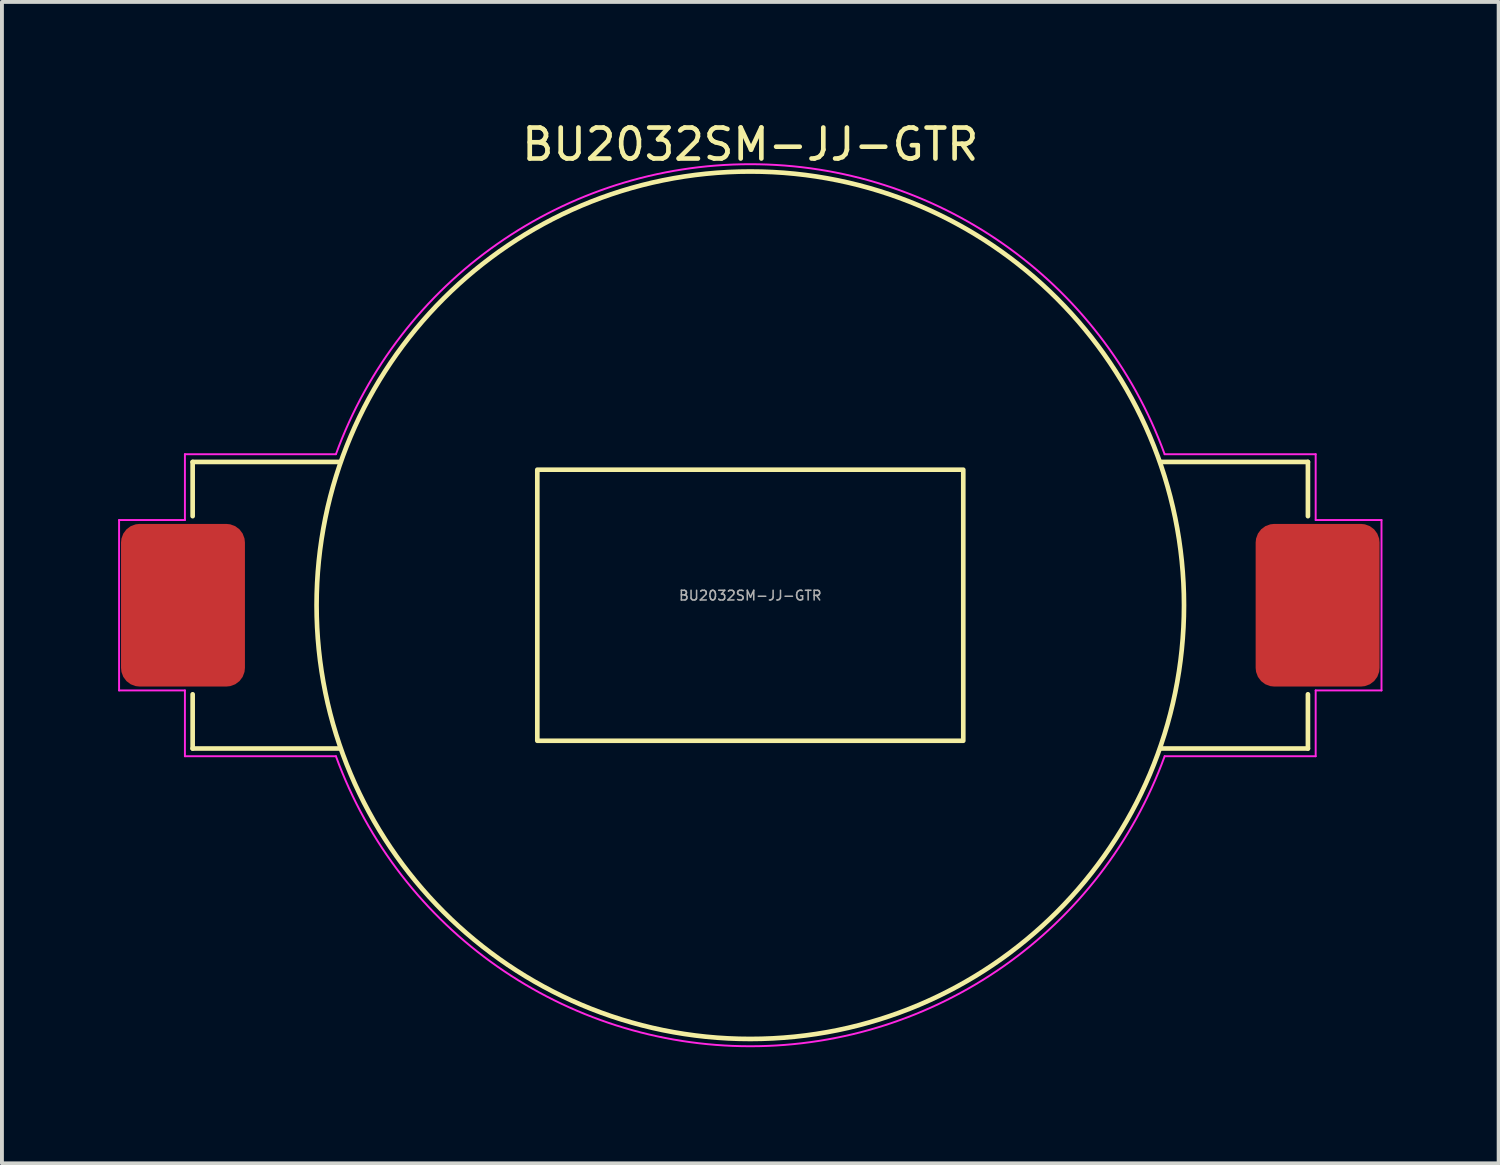
<source format=kicad_pcb>
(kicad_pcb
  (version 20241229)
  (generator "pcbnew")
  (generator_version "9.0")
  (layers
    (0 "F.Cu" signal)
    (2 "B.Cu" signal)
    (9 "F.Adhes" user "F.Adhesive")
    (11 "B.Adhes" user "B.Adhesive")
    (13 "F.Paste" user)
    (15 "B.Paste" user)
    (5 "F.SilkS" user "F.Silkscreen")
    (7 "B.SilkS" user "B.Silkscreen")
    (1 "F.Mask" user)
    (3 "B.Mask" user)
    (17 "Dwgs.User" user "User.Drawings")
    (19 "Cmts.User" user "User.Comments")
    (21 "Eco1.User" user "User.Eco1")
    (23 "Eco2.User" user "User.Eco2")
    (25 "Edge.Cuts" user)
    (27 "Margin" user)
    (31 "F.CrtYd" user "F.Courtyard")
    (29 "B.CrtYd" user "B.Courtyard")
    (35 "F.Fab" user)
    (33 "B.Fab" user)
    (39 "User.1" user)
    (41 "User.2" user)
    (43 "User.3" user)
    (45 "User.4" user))
  (footprint "BU2032SM-JJ-GTR"
    (layer "F.Cu")
    (at 16.325 12.579)
    (property "Reference" "BU2032SM-JJ-GTR" (at 0 -11.9 0) (unlocked yes) (layer "F.SilkS") (effects (font (size 0.8 0.8) (thickness 0.12))))
    (attr smd)
    (fp_line (start -14.4 -3.7) (end -10.6 -3.7) (stroke (width 0.12) (type default)) (layer "F.SilkS"))
    (fp_line (start -14.4 -2.3) (end -14.4 -3.7) (stroke (width 0.12) (type default)) (layer "F.SilkS"))
    (fp_line (start -14.4 3.7) (end -14.4 2.3) (stroke (width 0.12) (type default)) (layer "F.SilkS"))
    (fp_line (start -14.4 3.7) (end -10.6 3.7) (stroke (width 0.12) (type default)) (layer "F.SilkS"))
    (fp_line (start 14.4 -3.7) (end 10.6 -3.7) (stroke (width 0.12) (type default)) (layer "F.SilkS"))
    (fp_line (start 14.4 -3.7) (end 14.4 -2.3) (stroke (width 0.12) (type default)) (layer "F.SilkS"))
    (fp_line (start 14.4 2.3) (end 14.4 3.7) (stroke (width 0.12) (type default)) (layer "F.SilkS"))
    (fp_line (start 14.4 3.7) (end 10.6 3.7) (stroke (width 0.12) (type default)) (layer "F.SilkS"))
    (fp_rect (start -5.5 -3.5) (end 5.5 3.5) (stroke (width 0.12) (type default)) (fill no) (layer "F.SilkS"))
    (fp_circle (center 0 0) (end 11.2 0) (stroke (width 0.12) (type default)) (fill no) (layer "F.SilkS"))
    (fp_line (start -16.3 -2.2) (end -16.3 2.2) (stroke (width 0.05) (type default)) (layer "F.CrtYd"))
    (fp_line (start -16.3 2.2) (end -14.6 2.2) (stroke (width 0.05) (type default)) (layer "F.CrtYd"))
    (fp_line (start -14.6 -3.9) (end -14.6 -2.2) (stroke (width 0.05) (type default)) (layer "F.CrtYd"))
    (fp_line (start -14.6 -2.2) (end -16.3 -2.2) (stroke (width 0.05) (type default)) (layer "F.CrtYd"))
    (fp_line (start -14.6 2.2) (end -14.6 3.9) (stroke (width 0.05) (type default)) (layer "F.CrtYd"))
    (fp_line (start -14.6 3.9) (end -10.7 3.9) (stroke (width 0.05) (type default)) (layer "F.CrtYd"))
    (fp_line (start -10.7 -3.9) (end -14.6 -3.9) (stroke (width 0.05) (type default)) (layer "F.CrtYd"))
    (fp_line (start 10.7 3.9) (end 14.6 3.9) (stroke (width 0.05) (type default)) (layer "F.CrtYd"))
    (fp_line (start 14.6 -3.9) (end 10.7 -3.9) (stroke (width 0.05) (type default)) (layer "F.CrtYd"))
    (fp_line (start 14.6 -2.2) (end 14.6 -3.9) (stroke (width 0.05) (type default)) (layer "F.CrtYd"))
    (fp_line (start 14.6 2.2) (end 16.3 2.2) (stroke (width 0.05) (type default)) (layer "F.CrtYd"))
    (fp_line (start 14.6 3.9) (end 14.6 2.2) (stroke (width 0.05) (type default)) (layer "F.CrtYd"))
    (fp_line (start 16.3 -2.2) (end 14.6 -2.2) (stroke (width 0.05) (type default)) (layer "F.CrtYd"))
    (fp_line (start 16.3 2.2) (end 16.3 -2.2) (stroke (width 0.05) (type default)) (layer "F.CrtYd"))
    (fp_arc (start -10.699999 -3.9) (mid 0 -11.38859) (end 10.699999 -3.9) (stroke (width 0.05) (type default)) (layer "F.CrtYd"))
    (fp_arc (start 10.699999 3.9) (mid 0 11.38859) (end -10.699999 3.9) (stroke (width 0.05) (type default)) (layer "F.CrtYd"))
    (fp_text user "${REFERENCE}" (at 0 -0.25 0) (unlocked yes) (layer "F.Fab") (effects (font (size 0.25 0.25) (thickness 0.04))))
    (pad "1" smd roundrect (at -14.65 0) (size 3.2 4.2) (layers "F.Cu" "F.Mask" "F.Paste") (roundrect_rratio 0.15))
    (pad "2" smd roundrect (at 14.65 0) (size 3.2 4.2) (layers "F.Cu" "F.Mask" "F.Paste") (roundrect_rratio 0.15)))
  (gr_rect
    (start -3 -3)
    (end 35.65 26.992)
    (stroke (width 0.1) (type default))
    (fill no)
    (layer "Edge.Cuts")))
</source>
